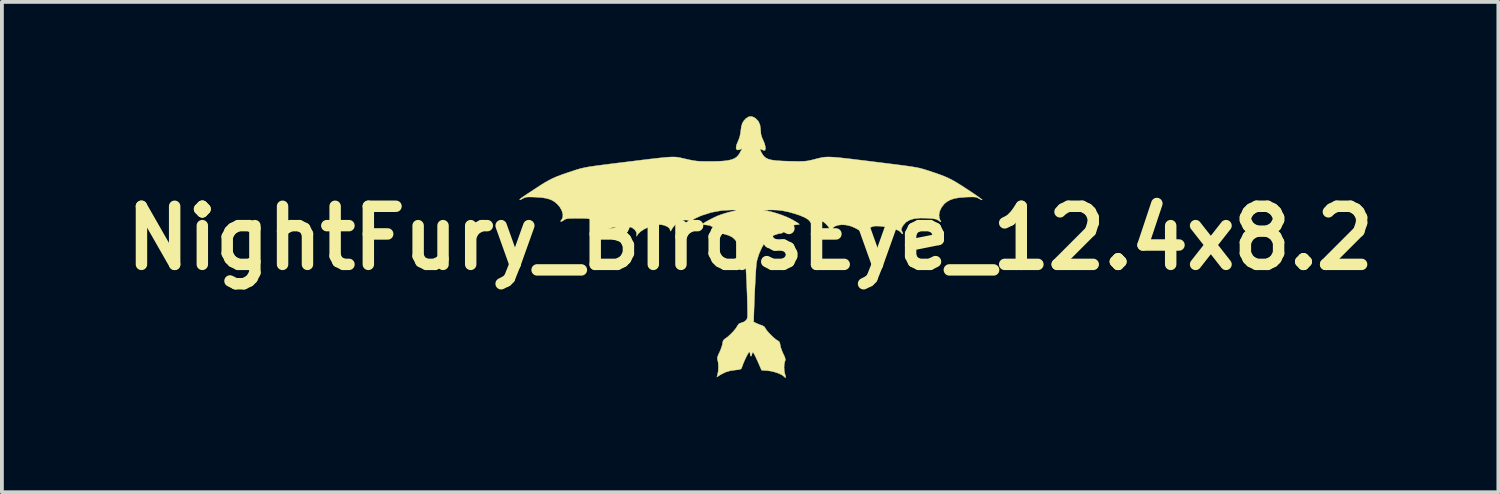
<source format=kicad_pcb>
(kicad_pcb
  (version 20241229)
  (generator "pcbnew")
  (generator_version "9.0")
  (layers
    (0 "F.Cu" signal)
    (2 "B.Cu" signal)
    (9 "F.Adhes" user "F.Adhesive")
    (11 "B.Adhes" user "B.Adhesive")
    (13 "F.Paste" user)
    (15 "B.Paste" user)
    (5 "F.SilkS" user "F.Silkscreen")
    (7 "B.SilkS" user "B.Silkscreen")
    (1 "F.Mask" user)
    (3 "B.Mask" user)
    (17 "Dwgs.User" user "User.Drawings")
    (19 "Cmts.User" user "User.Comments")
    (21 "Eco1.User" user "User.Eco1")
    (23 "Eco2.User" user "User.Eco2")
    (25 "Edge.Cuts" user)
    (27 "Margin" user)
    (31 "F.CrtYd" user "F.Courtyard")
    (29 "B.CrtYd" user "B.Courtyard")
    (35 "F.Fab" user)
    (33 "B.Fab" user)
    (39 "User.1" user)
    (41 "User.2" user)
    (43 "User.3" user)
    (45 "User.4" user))
  (footprint "NightFury_BirdsEye_12.4x8.2"
    (layer "F.Cu")
    (at 16.626 3.195)
    (property "Reference" "NightFury_BirdsEye_12.4x8.2" (at 0 0 0) (layer "F.SilkS") (effects (font (size 1.524 1.524) (thickness 0.3))))
    (attr through_hole)
    (fp_poly (pts (xy 0.124 -3.154) (xy 0.143 -3.14) (xy 0.215 -3.066) (xy 0.258 -2.971) (xy 0.275 -2.848) (xy 0.276 -2.821) (xy 0.284 -2.724) (xy 0.312 -2.631) (xy 0.339 -2.572) (xy 0.376 -2.485) (xy 0.397 -2.404) (xy 0.402 -2.34) (xy 0.388 -2.302) (xy 0.385 -2.299) (xy 0.355 -2.3) (xy 0.311 -2.318) (xy 0.272 -2.336) (xy 0.258 -2.334) (xy 0.266 -2.306) (xy 0.294 -2.248) (xy 0.331 -2.184) (xy 0.374 -2.133) (xy 0.427 -2.094) (xy 0.495 -2.065) (xy 0.585 -2.045) (xy 0.701 -2.031) (xy 0.849 -2.022) (xy 1.027 -2.016) (xy 1.174 -2.013) (xy 1.287 -2.012) (xy 1.376 -2.014) (xy 1.447 -2.018) (xy 1.511 -2.026) (xy 1.575 -2.039) (xy 1.648 -2.056) (xy 1.662 -2.06) (xy 1.732 -2.078) (xy 1.793 -2.093) (xy 1.848 -2.106) (xy 1.9 -2.116) (xy 1.953 -2.123) (xy 2.011 -2.127) (xy 2.077 -2.127) (xy 2.155 -2.124) (xy 2.248 -2.118) (xy 2.361 -2.107) (xy 2.496 -2.092) (xy 2.657 -2.074) (xy 2.849 -2.05) (xy 3.073 -2.023) (xy 3.336 -1.99) (xy 3.44 -1.977) (xy 3.667 -1.949) (xy 3.857 -1.925) (xy 4.015 -1.905) (xy 4.144 -1.887) (xy 4.251 -1.871) (xy 4.339 -1.856) (xy 4.413 -1.842) (xy 4.478 -1.827) (xy 4.539 -1.81) (xy 4.599 -1.792) (xy 4.657 -1.774) (xy 4.833 -1.715) (xy 4.977 -1.665) (xy 5.099 -1.618) (xy 5.207 -1.57) (xy 5.311 -1.517) (xy 5.419 -1.455) (xy 5.541 -1.379) (xy 5.685 -1.286) (xy 5.691 -1.282) (xy 5.807 -1.205) (xy 5.909 -1.136) (xy 5.992 -1.078) (xy 6.052 -1.034) (xy 6.085 -1.007) (xy 6.089 -1.002) (xy 6.065 -1.004) (xy 6.021 -1.026) (xy 6.001 -1.037) (xy 5.965 -1.057) (xy 5.93 -1.07) (xy 5.885 -1.077) (xy 5.821 -1.079) (xy 5.729 -1.077) (xy 5.666 -1.075) (xy 5.495 -1.062) (xy 5.357 -1.039) (xy 5.245 -1.001) (xy 5.153 -0.948) (xy 5.085 -0.889) (xy 5.017 -0.801) (xy 4.972 -0.703) (xy 4.954 -0.604) (xy 4.964 -0.516) (xy 4.986 -0.47) (xy 5.007 -0.434) (xy 4.999 -0.426) (xy 4.96 -0.449) (xy 4.936 -0.466) (xy 4.9 -0.486) (xy 4.851 -0.501) (xy 4.78 -0.512) (xy 4.677 -0.52) (xy 4.646 -0.522) (xy 4.459 -0.525) (xy 4.306 -0.51) (xy 4.185 -0.475) (xy 4.09 -0.419) (xy 4.019 -0.342) (xy 3.999 -0.309) (xy 3.971 -0.256) (xy 3.964 -0.222) (xy 3.976 -0.188) (xy 3.988 -0.167) (xy 4.007 -0.123) (xy 4 -0.107) (xy 3.975 -0.121) (xy 3.948 -0.156) (xy 3.905 -0.191) (xy 3.83 -0.225) (xy 3.731 -0.256) (xy 3.617 -0.283) (xy 3.498 -0.303) (xy 3.384 -0.314) (xy 3.283 -0.315) (xy 3.23 -0.309) (xy 3.165 -0.285) (xy 3.097 -0.244) (xy 3.077 -0.228) (xy 3.031 -0.181) (xy 3.012 -0.144) (xy 3.014 -0.101) (xy 3.017 -0.06) (xy 3.005 -0.053) (xy 2.986 -0.084) (xy 2.985 -0.096) (xy 2.966 -0.127) (xy 2.917 -0.169) (xy 2.846 -0.215) (xy 2.762 -0.261) (xy 2.673 -0.301) (xy 2.625 -0.318) (xy 2.513 -0.344) (xy 2.403 -0.35) (xy 2.303 -0.338) (xy 2.221 -0.309) (xy 2.164 -0.265) (xy 2.142 -0.216) (xy 2.127 -0.178) (xy 2.108 -0.172) (xy 2.096 -0.202) (xy 2.095 -0.211) (xy 2.08 -0.255) (xy 2.041 -0.313) (xy 1.987 -0.371) (xy 1.931 -0.419) (xy 1.907 -0.433) (xy 1.842 -0.457) (xy 1.763 -0.468) (xy 1.677 -0.468) (xy 1.629 -0.461) (xy 1.61 -0.438) (xy 1.608 -0.418) (xy 1.606 -0.388) (xy 1.596 -0.392) (xy 1.575 -0.429) (xy 1.523 -0.486) (xy 1.429 -0.543) (xy 1.292 -0.6) (xy 1.164 -0.642) (xy 0.998 -0.688) (xy 0.853 -0.718) (xy 0.712 -0.734) (xy 0.561 -0.739) (xy 0.52 -0.738) (xy 0.426 -0.737) (xy 0.371 -0.735) (xy 0.352 -0.732) (xy 0.367 -0.728) (xy 0.411 -0.721) (xy 0.428 -0.718) (xy 0.537 -0.695) (xy 0.669 -0.658) (xy 0.808 -0.612) (xy 0.941 -0.561) (xy 1.052 -0.51) (xy 1.052 -0.51) (xy 1.128 -0.469) (xy 1.197 -0.429) (xy 1.253 -0.394) (xy 1.286 -0.369) (xy 1.291 -0.359) (xy 1.265 -0.356) (xy 1.213 -0.35) (xy 1.189 -0.348) (xy 1.069 -0.32) (xy 0.971 -0.259) (xy 0.916 -0.201) (xy 0.873 -0.156) (xy 0.834 -0.13) (xy 0.822 -0.127) (xy 0.747 -0.116) (xy 0.655 -0.087) (xy 0.563 -0.047) (xy 0.487 -0.003) (xy 0.453 0.026) (xy 0.374 0.129) (xy 0.3 0.261) (xy 0.235 0.409) (xy 0.186 0.562) (xy 0.171 0.627) (xy 0.164 0.675) (xy 0.157 0.759) (xy 0.149 0.875) (xy 0.141 1.015) (xy 0.132 1.175) (xy 0.123 1.348) (xy 0.115 1.529) (xy 0.108 1.713) (xy 0.101 1.893) (xy 0.097 2.02) (xy 0.092 2.2) (xy 0.178 2.24) (xy 0.245 2.268) (xy 0.307 2.29) (xy 0.32 2.293) (xy 0.375 2.327) (xy 0.402 2.37) (xy 0.431 2.415) (xy 0.482 2.476) (xy 0.546 2.543) (xy 0.615 2.608) (xy 0.678 2.661) (xy 0.727 2.693) (xy 0.737 2.698) (xy 0.767 2.722) (xy 0.785 2.777) (xy 0.788 2.802) (xy 0.803 2.868) (xy 0.832 2.952) (xy 0.868 3.035) (xy 0.904 3.111) (xy 0.921 3.162) (xy 0.923 3.199) (xy 0.913 3.229) (xy 0.896 3.299) (xy 0.89 3.391) (xy 0.896 3.488) (xy 0.913 3.571) (xy 0.92 3.588) (xy 0.935 3.64) (xy 0.93 3.661) (xy 0.906 3.649) (xy 0.891 3.633) (xy 0.841 3.594) (xy 0.761 3.554) (xy 0.662 3.519) (xy 0.556 3.492) (xy 0.456 3.477) (xy 0.456 3.477) (xy 0.3 3.466) (xy 0.197 3.23) (xy 0.156 3.14) (xy 0.119 3.065) (xy 0.09 3.015) (xy 0.074 2.995) (xy 0.073 2.995) (xy 0.056 3.013) (xy 0.046 3.054) (xy 0.034 3.093) (xy 0.016 3.097) (xy 0.003 3.067) (xy 0 3.036) (xy -0.008 2.997) (xy -0.022 2.985) (xy -0.039 3.003) (xy -0.068 3.051) (xy -0.104 3.12) (xy -0.142 3.201) (xy -0.178 3.284) (xy -0.207 3.361) (xy -0.21 3.37) (xy -0.224 3.409) (xy -0.243 3.433) (xy -0.277 3.446) (xy -0.336 3.455) (xy -0.383 3.46) (xy -0.527 3.481) (xy -0.647 3.517) (xy -0.758 3.573) (xy -0.784 3.588) (xy -0.874 3.645) (xy -0.859 3.595) (xy -0.838 3.495) (xy -0.831 3.382) (xy -0.837 3.276) (xy -0.846 3.229) (xy -0.859 3.178) (xy -0.86 3.137) (xy -0.847 3.091) (xy -0.819 3.027) (xy -0.804 2.998) (xy -0.768 2.913) (xy -0.739 2.829) (xy -0.725 2.766) (xy -0.712 2.7) (xy -0.684 2.659) (xy -0.652 2.636) (xy -0.589 2.591) (xy -0.517 2.526) (xy -0.445 2.452) (xy -0.385 2.381) (xy -0.345 2.321) (xy -0.34 2.31) (xy -0.298 2.251) (xy -0.257 2.23) (xy -0.159 2.196) (xy -0.099 2.148) (xy -0.073 2.092) (xy -0.07 2.054) (xy -0.069 1.98) (xy -0.07 1.875) (xy -0.072 1.745) (xy -0.076 1.596) (xy -0.081 1.434) (xy -0.084 1.366) (xy -0.091 1.178) (xy -0.098 1.027) (xy -0.105 0.906) (xy -0.111 0.81) (xy -0.119 0.734) (xy -0.128 0.671) (xy -0.139 0.616) (xy -0.153 0.563) (xy -0.163 0.529) (xy -0.226 0.346) (xy -0.3 0.188) (xy -0.379 0.064) (xy -0.404 0.033) (xy -0.466 -0.022) (xy -0.548 -0.064) (xy -0.607 -0.084) (xy -0.683 -0.106) (xy -0.747 -0.122) (xy -0.783 -0.127) (xy -0.818 -0.143) (xy -0.862 -0.182) (xy -0.877 -0.201) (xy -0.963 -0.285) (xy -1.067 -0.333) (xy -1.154 -0.345) (xy -1.211 -0.351) (xy -1.245 -0.36) (xy -1.249 -0.364) (xy -1.231 -0.383) (xy -1.183 -0.414) (xy -1.113 -0.454) (xy -1.03 -0.498) (xy -0.942 -0.542) (xy -0.858 -0.58) (xy -0.828 -0.593) (xy -0.711 -0.634) (xy -0.577 -0.674) (xy -0.444 -0.706) (xy -0.33 -0.726) (xy -0.328 -0.727) (xy -0.321 -0.73) (xy -0.35 -0.733) (xy -0.411 -0.736) (xy -0.479 -0.738) (xy -0.75 -0.723) (xy -1.02 -0.673) (xy -1.278 -0.591) (xy -1.434 -0.521) (xy -1.503 -0.481) (xy -1.538 -0.447) (xy -1.547 -0.418) (xy -1.549 -0.384) (xy -1.556 -0.391) (xy -1.566 -0.415) (xy -1.603 -0.455) (xy -1.669 -0.474) (xy -1.752 -0.471) (xy -1.787 -0.463) (xy -1.876 -0.422) (xy -1.964 -0.351) (xy -2.036 -0.265) (xy -2.053 -0.235) (xy -2.079 -0.191) (xy -2.091 -0.181) (xy -2.095 -0.205) (xy -2.095 -0.207) (xy -2.115 -0.255) (xy -2.169 -0.299) (xy -2.249 -0.334) (xy -2.325 -0.351) (xy -2.426 -0.352) (xy -2.543 -0.33) (xy -2.664 -0.289) (xy -2.779 -0.235) (xy -2.875 -0.172) (xy -2.941 -0.105) (xy -2.946 -0.098) (xy -2.973 -0.056) (xy -2.983 -0.049) (xy -2.979 -0.075) (xy -2.976 -0.088) (xy -2.982 -0.152) (xy -3.021 -0.214) (xy -3.087 -0.267) (xy -3.161 -0.298) (xy -3.252 -0.312) (xy -3.364 -0.312) (xy -3.487 -0.299) (xy -3.612 -0.277) (xy -3.727 -0.247) (xy -3.824 -0.211) (xy -3.893 -0.17) (xy -3.91 -0.154) (xy -3.944 -0.12) (xy -3.969 -0.11) (xy -3.971 -0.112) (xy -3.97 -0.136) (xy -3.949 -0.168) (xy -3.928 -0.22) (xy -3.941 -0.283) (xy -3.984 -0.351) (xy -4.053 -0.418) (xy -4.135 -0.472) (xy -4.174 -0.491) (xy -4.215 -0.504) (xy -4.265 -0.512) (xy -4.335 -0.516) (xy -4.431 -0.518) (xy -4.524 -0.518) (xy -4.644 -0.517) (xy -4.729 -0.515) (xy -4.789 -0.51) (xy -4.83 -0.501) (xy -4.861 -0.488) (xy -4.89 -0.469) (xy -4.89 -0.468) (xy -4.94 -0.438) (xy -4.968 -0.433) (xy -4.969 -0.452) (xy -4.946 -0.483) (xy -4.914 -0.547) (xy -4.913 -0.63) (xy -4.94 -0.722) (xy -4.993 -0.816) (xy -5.056 -0.889) (xy -5.135 -0.956) (xy -5.222 -1.005) (xy -5.325 -1.039) (xy -5.452 -1.061) (xy -5.612 -1.073) (xy -5.635 -1.074) (xy -5.743 -1.078) (xy -5.819 -1.078) (xy -5.872 -1.074) (xy -5.912 -1.063) (xy -5.948 -1.046) (xy -5.96 -1.039) (xy -6.015 -1.01) (xy -6.044 -1.002) (xy -6.043 -1.014) (xy -6.017 -1.04) (xy -5.988 -1.061) (xy -5.93 -1.101) (xy -5.849 -1.156) (xy -5.749 -1.221) (xy -5.639 -1.294) (xy -5.615 -1.31) (xy -5.484 -1.395) (xy -5.372 -1.464) (xy -5.272 -1.52) (xy -5.174 -1.569) (xy -5.069 -1.615) (xy -4.95 -1.66) (xy -4.806 -1.71) (xy -4.646 -1.763) (xy -4.574 -1.787) (xy -4.51 -1.806) (xy -4.448 -1.824) (xy -4.384 -1.839) (xy -4.313 -1.854) (xy -4.23 -1.869) (xy -4.13 -1.884) (xy -4.008 -1.901) (xy -3.861 -1.92) (xy -3.682 -1.943) (xy -3.467 -1.97) (xy -3.408 -1.977) (xy -3.133 -2.011) (xy -2.896 -2.04) (xy -2.694 -2.065) (xy -2.524 -2.085) (xy -2.381 -2.101) (xy -2.263 -2.113) (xy -2.166 -2.122) (xy -2.085 -2.126) (xy -2.018 -2.128) (xy -1.962 -2.126) (xy -1.911 -2.122) (xy -1.864 -2.114) (xy -1.816 -2.104) (xy -1.764 -2.092) (xy -1.704 -2.078) (xy -1.697 -2.077) (xy -1.583 -2.051) (xy -1.488 -2.033) (xy -1.402 -2.021) (xy -1.31 -2.014) (xy -1.2 -2.012) (xy -1.073 -2.011) (xy -0.875 -2.013) (xy -0.714 -2.021) (xy -0.586 -2.036) (xy -0.485 -2.059) (xy -0.406 -2.091) (xy -0.345 -2.135) (xy -0.297 -2.191) (xy -0.268 -2.239) (xy -0.209 -2.35) (xy -0.262 -2.326) (xy -0.323 -2.31) (xy -0.359 -2.326) (xy -0.37 -2.372) (xy -0.356 -2.446) (xy -0.316 -2.545) (xy -0.308 -2.561) (xy -0.275 -2.65) (xy -0.252 -2.762) (xy -0.246 -2.812) (xy -0.23 -2.93) (xy -0.202 -3.019) (xy -0.158 -3.088) (xy -0.105 -3.141) (xy -0.03 -3.186) (xy 0.045 -3.19) (xy 0.124 -3.154)) (stroke (width 0.01) (type solid)) (fill yes) (layer "F.SilkS")))
  (gr_rect
    (start -3 -3)
    (end 36.252 9.862)
    (stroke (width 0.1) (type default))
    (fill no)
    (layer "Edge.Cuts")))
</source>
